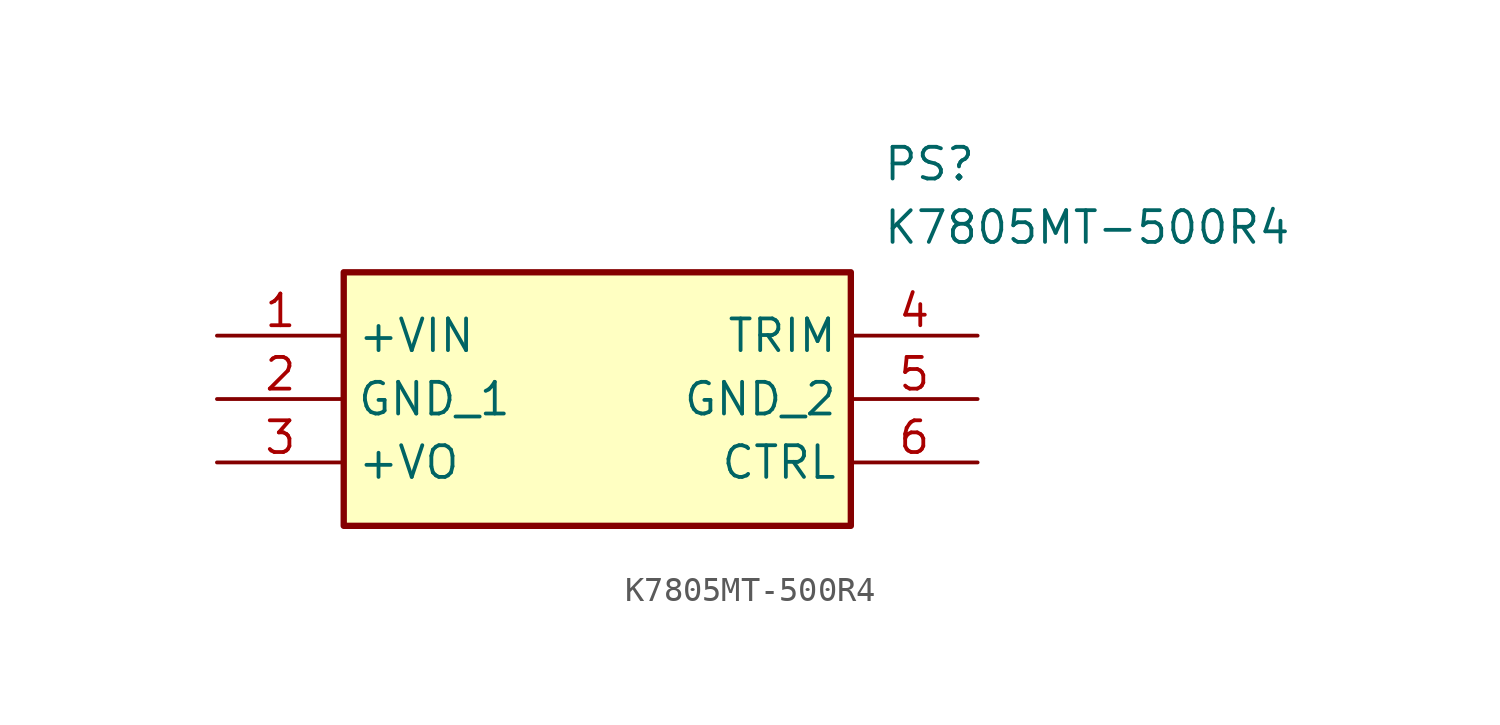
<source format=kicad_sym>
(kicad_symbol_lib
  (version 20211014)
  (generator SamacSys_ECAD_Model)
  (symbol "K7805MT-500R4"
    (property "Reference" "PS"
      (at 26.67 7.62 0)
      (effects (font (size 1.27 1.27)) (justify left top)))
    (property "Value" "K7805MT-500R4"
      (at 26.67 5.08 0)
      (effects (font (size 1.27 1.27)) (justify left top)))
    (rectangle
      (start 5.08 2.54)
      (end 25.4 -7.62)
      (stroke (width 0.254) (type default))
      (fill (type background)))
    (pin passive line
      (at 0 0 0)
      (length 5.08)
      (name "+VIN" (effects (font (size 1.27 1.27))))
      (number "1" (effects (font (size 1.27 1.27)))))
    (pin passive line
      (at 0 -2.54 0)
      (length 5.08)
      (name "GND_1" (effects (font (size 1.27 1.27))))
      (number "2" (effects (font (size 1.27 1.27)))))
    (pin passive line
      (at 0 -5.08 0)
      (length 5.08)
      (name "+VO" (effects (font (size 1.27 1.27))))
      (number "3" (effects (font (size 1.27 1.27)))))
    (pin passive line
      (at 30.48 0 180)
      (length 5.08)
      (name "TRIM" (effects (font (size 1.27 1.27))))
      (number "4" (effects (font (size 1.27 1.27)))))
    (pin passive line
      (at 30.48 -2.54 180)
      (length 5.08)
      (name "GND_2" (effects (font (size 1.27 1.27))))
      (number "5" (effects (font (size 1.27 1.27)))))
    (pin passive line
      (at 30.48 -5.08 180)
      (length 5.08)
      (name "CTRL" (effects (font (size 1.27 1.27))))
      (number "6" (effects (font (size 1.27 1.27)))))))
</source>
